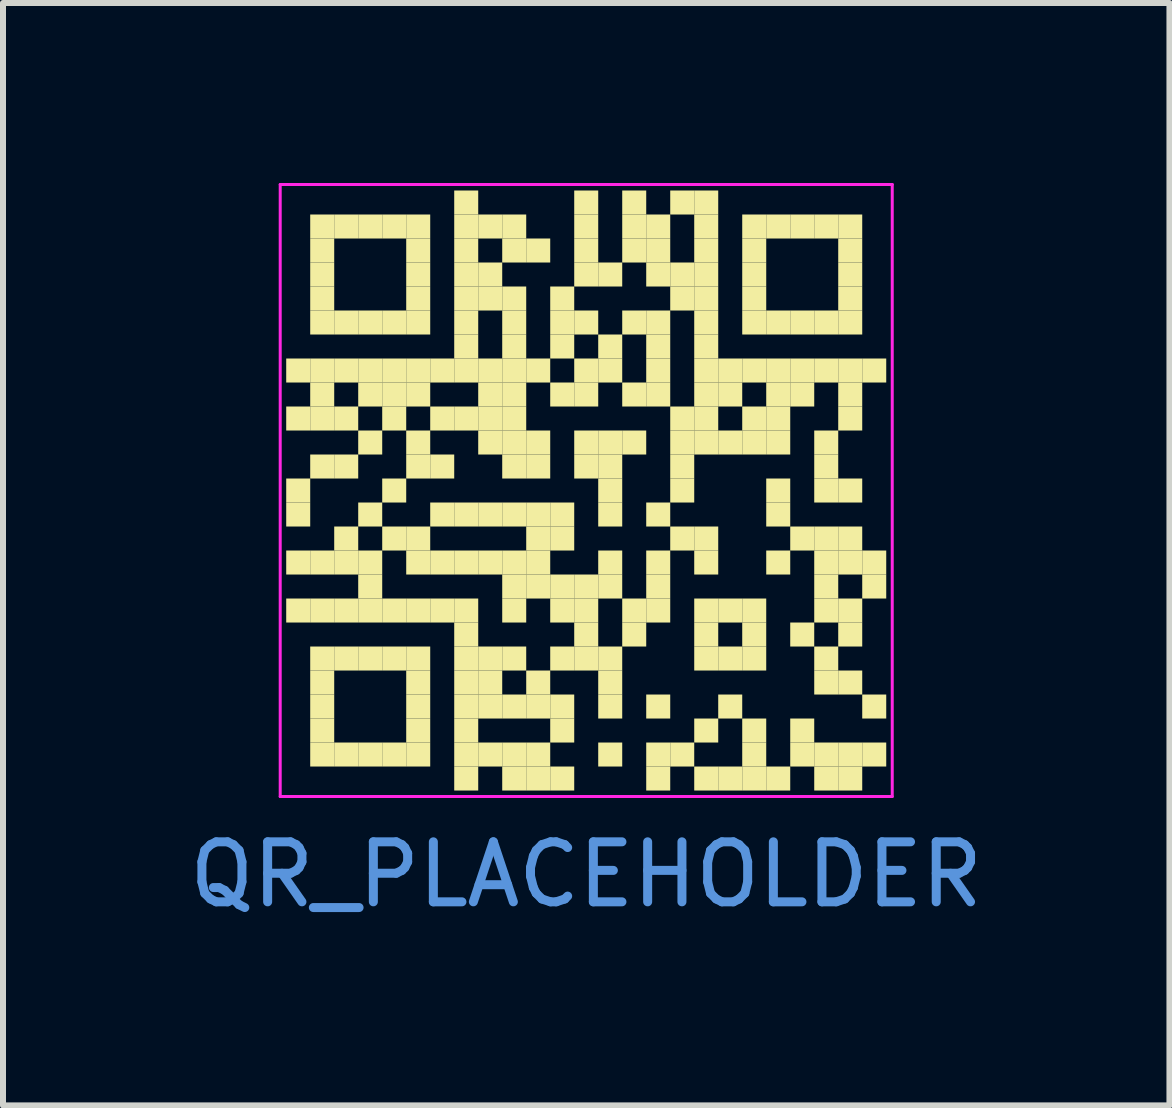
<source format=kicad_pcb>
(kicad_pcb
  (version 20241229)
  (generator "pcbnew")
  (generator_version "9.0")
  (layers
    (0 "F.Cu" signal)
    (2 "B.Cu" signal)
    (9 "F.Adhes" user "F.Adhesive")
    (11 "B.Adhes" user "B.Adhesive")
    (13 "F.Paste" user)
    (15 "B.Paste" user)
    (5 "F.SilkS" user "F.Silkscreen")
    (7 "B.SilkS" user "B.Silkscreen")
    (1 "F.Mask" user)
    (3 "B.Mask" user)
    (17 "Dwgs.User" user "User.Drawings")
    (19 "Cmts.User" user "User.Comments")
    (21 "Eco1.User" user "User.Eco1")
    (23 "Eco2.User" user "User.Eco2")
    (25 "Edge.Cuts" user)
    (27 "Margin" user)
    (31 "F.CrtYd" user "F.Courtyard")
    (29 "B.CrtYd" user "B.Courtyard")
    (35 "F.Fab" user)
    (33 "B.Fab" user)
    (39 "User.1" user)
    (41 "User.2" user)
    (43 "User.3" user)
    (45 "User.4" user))
  (footprint "QR_PLACEHOLDER"
    (layer "F.Cu")
    (at 6.72 5.125)
    (property "Reference" "QR_PLACEHOLDER" (at 0 6.4 0) (layer "Cmts.User") (effects (font (size 1 1) (thickness 0.15))))
    (fp_rect (start -5 -2.2) (end -4.6 -1.8) (stroke (width 0) (type solid)) (fill yes) (layer "F.SilkS"))
    (fp_rect (start -5 -1.4) (end -4.6 -1) (stroke (width 0) (type solid)) (fill yes) (layer "F.SilkS"))
    (fp_rect (start -5 -0.2) (end -4.6 0.2) (stroke (width 0) (type solid)) (fill yes) (layer "F.SilkS"))
    (fp_rect (start -5 0.2) (end -4.6 0.6) (stroke (width 0) (type solid)) (fill yes) (layer "F.SilkS"))
    (fp_rect (start -5 1) (end -4.6 1.4) (stroke (width 0) (type solid)) (fill yes) (layer "F.SilkS"))
    (fp_rect (start -5 1.8) (end -4.6 2.2) (stroke (width 0) (type solid)) (fill yes) (layer "F.SilkS"))
    (fp_rect (start -4.6 -4.6) (end -4.2 -4.2) (stroke (width 0) (type solid)) (fill yes) (layer "F.SilkS"))
    (fp_rect (start -4.6 -4.2) (end -4.2 -3.8) (stroke (width 0) (type solid)) (fill yes) (layer "F.SilkS"))
    (fp_rect (start -4.6 -3.8) (end -4.2 -3.4) (stroke (width 0) (type solid)) (fill yes) (layer "F.SilkS"))
    (fp_rect (start -4.6 -3.4) (end -4.2 -3) (stroke (width 0) (type solid)) (fill yes) (layer "F.SilkS"))
    (fp_rect (start -4.6 -3) (end -4.2 -2.6) (stroke (width 0) (type solid)) (fill yes) (layer "F.SilkS"))
    (fp_rect (start -4.6 -2.2) (end -4.2 -1.8) (stroke (width 0) (type solid)) (fill yes) (layer "F.SilkS"))
    (fp_rect (start -4.6 -1.8) (end -4.2 -1.4) (stroke (width 0) (type solid)) (fill yes) (layer "F.SilkS"))
    (fp_rect (start -4.6 -1.4) (end -4.2 -1) (stroke (width 0) (type solid)) (fill yes) (layer "F.SilkS"))
    (fp_rect (start -4.6 -0.6) (end -4.2 -0.2) (stroke (width 0) (type solid)) (fill yes) (layer "F.SilkS"))
    (fp_rect (start -4.6 1) (end -4.2 1.4) (stroke (width 0) (type solid)) (fill yes) (layer "F.SilkS"))
    (fp_rect (start -4.6 1.8) (end -4.2 2.2) (stroke (width 0) (type solid)) (fill yes) (layer "F.SilkS"))
    (fp_rect (start -4.6 2.6) (end -4.2 3) (stroke (width 0) (type solid)) (fill yes) (layer "F.SilkS"))
    (fp_rect (start -4.6 3) (end -4.2 3.4) (stroke (width 0) (type solid)) (fill yes) (layer "F.SilkS"))
    (fp_rect (start -4.6 3.4) (end -4.2 3.8) (stroke (width 0) (type solid)) (fill yes) (layer "F.SilkS"))
    (fp_rect (start -4.6 3.8) (end -4.2 4.2) (stroke (width 0) (type solid)) (fill yes) (layer "F.SilkS"))
    (fp_rect (start -4.6 4.2) (end -4.2 4.6) (stroke (width 0) (type solid)) (fill yes) (layer "F.SilkS"))
    (fp_rect (start -4.2 -4.6) (end -3.8 -4.2) (stroke (width 0) (type solid)) (fill yes) (layer "F.SilkS"))
    (fp_rect (start -4.2 -3) (end -3.8 -2.6) (stroke (width 0) (type solid)) (fill yes) (layer "F.SilkS"))
    (fp_rect (start -4.2 -2.2) (end -3.8 -1.8) (stroke (width 0) (type solid)) (fill yes) (layer "F.SilkS"))
    (fp_rect (start -4.2 -1.4) (end -3.8 -1) (stroke (width 0) (type solid)) (fill yes) (layer "F.SilkS"))
    (fp_rect (start -4.2 -0.6) (end -3.8 -0.2) (stroke (width 0) (type solid)) (fill yes) (layer "F.SilkS"))
    (fp_rect (start -4.2 0.6) (end -3.8 1) (stroke (width 0) (type solid)) (fill yes) (layer "F.SilkS"))
    (fp_rect (start -4.2 1) (end -3.8 1.4) (stroke (width 0) (type solid)) (fill yes) (layer "F.SilkS"))
    (fp_rect (start -4.2 1.8) (end -3.8 2.2) (stroke (width 0) (type solid)) (fill yes) (layer "F.SilkS"))
    (fp_rect (start -4.2 2.6) (end -3.8 3) (stroke (width 0) (type solid)) (fill yes) (layer "F.SilkS"))
    (fp_rect (start -4.2 4.2) (end -3.8 4.6) (stroke (width 0) (type solid)) (fill yes) (layer "F.SilkS"))
    (fp_rect (start -3.8 -4.6) (end -3.4 -4.2) (stroke (width 0) (type solid)) (fill yes) (layer "F.SilkS"))
    (fp_rect (start -3.8 -3) (end -3.4 -2.6) (stroke (width 0) (type solid)) (fill yes) (layer "F.SilkS"))
    (fp_rect (start -3.8 -2.2) (end -3.4 -1.8) (stroke (width 0) (type solid)) (fill yes) (layer "F.SilkS"))
    (fp_rect (start -3.8 -1.8) (end -3.4 -1.4) (stroke (width 0) (type solid)) (fill yes) (layer "F.SilkS"))
    (fp_rect (start -3.8 -1) (end -3.4 -0.6) (stroke (width 0) (type solid)) (fill yes) (layer "F.SilkS"))
    (fp_rect (start -3.8 0.2) (end -3.4 0.6) (stroke (width 0) (type solid)) (fill yes) (layer "F.SilkS"))
    (fp_rect (start -3.8 1) (end -3.4 1.4) (stroke (width 0) (type solid)) (fill yes) (layer "F.SilkS"))
    (fp_rect (start -3.8 1.4) (end -3.4 1.8) (stroke (width 0) (type solid)) (fill yes) (layer "F.SilkS"))
    (fp_rect (start -3.8 1.8) (end -3.4 2.2) (stroke (width 0) (type solid)) (fill yes) (layer "F.SilkS"))
    (fp_rect (start -3.8 2.6) (end -3.4 3) (stroke (width 0) (type solid)) (fill yes) (layer "F.SilkS"))
    (fp_rect (start -3.8 4.2) (end -3.4 4.6) (stroke (width 0) (type solid)) (fill yes) (layer "F.SilkS"))
    (fp_rect (start -3.4 -4.6) (end -3 -4.2) (stroke (width 0) (type solid)) (fill yes) (layer "F.SilkS"))
    (fp_rect (start -3.4 -3) (end -3 -2.6) (stroke (width 0) (type solid)) (fill yes) (layer "F.SilkS"))
    (fp_rect (start -3.4 -2.2) (end -3 -1.8) (stroke (width 0) (type solid)) (fill yes) (layer "F.SilkS"))
    (fp_rect (start -3.4 -1.8) (end -3 -1.4) (stroke (width 0) (type solid)) (fill yes) (layer "F.SilkS"))
    (fp_rect (start -3.4 -1.4) (end -3 -1) (stroke (width 0) (type solid)) (fill yes) (layer "F.SilkS"))
    (fp_rect (start -3.4 -0.2) (end -3 0.2) (stroke (width 0) (type solid)) (fill yes) (layer "F.SilkS"))
    (fp_rect (start -3.4 0.6) (end -3 1) (stroke (width 0) (type solid)) (fill yes) (layer "F.SilkS"))
    (fp_rect (start -3.4 1.8) (end -3 2.2) (stroke (width 0) (type solid)) (fill yes) (layer "F.SilkS"))
    (fp_rect (start -3.4 2.6) (end -3 3) (stroke (width 0) (type solid)) (fill yes) (layer "F.SilkS"))
    (fp_rect (start -3.4 4.2) (end -3 4.6) (stroke (width 0) (type solid)) (fill yes) (layer "F.SilkS"))
    (fp_rect (start -3 -4.6) (end -2.6 -4.2) (stroke (width 0) (type solid)) (fill yes) (layer "F.SilkS"))
    (fp_rect (start -3 -4.2) (end -2.6 -3.8) (stroke (width 0) (type solid)) (fill yes) (layer "F.SilkS"))
    (fp_rect (start -3 -3.8) (end -2.6 -3.4) (stroke (width 0) (type solid)) (fill yes) (layer "F.SilkS"))
    (fp_rect (start -3 -3.4) (end -2.6 -3) (stroke (width 0) (type solid)) (fill yes) (layer "F.SilkS"))
    (fp_rect (start -3 -3) (end -2.6 -2.6) (stroke (width 0) (type solid)) (fill yes) (layer "F.SilkS"))
    (fp_rect (start -3 -2.2) (end -2.6 -1.8) (stroke (width 0) (type solid)) (fill yes) (layer "F.SilkS"))
    (fp_rect (start -3 -1.8) (end -2.6 -1.4) (stroke (width 0) (type solid)) (fill yes) (layer "F.SilkS"))
    (fp_rect (start -3 -1) (end -2.6 -0.6) (stroke (width 0) (type solid)) (fill yes) (layer "F.SilkS"))
    (fp_rect (start -3 -0.6) (end -2.6 -0.2) (stroke (width 0) (type solid)) (fill yes) (layer "F.SilkS"))
    (fp_rect (start -3 0.6) (end -2.6 1) (stroke (width 0) (type solid)) (fill yes) (layer "F.SilkS"))
    (fp_rect (start -3 1) (end -2.6 1.4) (stroke (width 0) (type solid)) (fill yes) (layer "F.SilkS"))
    (fp_rect (start -3 1.8) (end -2.6 2.2) (stroke (width 0) (type solid)) (fill yes) (layer "F.SilkS"))
    (fp_rect (start -3 2.6) (end -2.6 3) (stroke (width 0) (type solid)) (fill yes) (layer "F.SilkS"))
    (fp_rect (start -3 3) (end -2.6 3.4) (stroke (width 0) (type solid)) (fill yes) (layer "F.SilkS"))
    (fp_rect (start -3 3.4) (end -2.6 3.8) (stroke (width 0) (type solid)) (fill yes) (layer "F.SilkS"))
    (fp_rect (start -3 3.8) (end -2.6 4.2) (stroke (width 0) (type solid)) (fill yes) (layer "F.SilkS"))
    (fp_rect (start -3 4.2) (end -2.6 4.6) (stroke (width 0) (type solid)) (fill yes) (layer "F.SilkS"))
    (fp_rect (start -2.6 -2.2) (end -2.2 -1.8) (stroke (width 0) (type solid)) (fill yes) (layer "F.SilkS"))
    (fp_rect (start -2.6 -1.4) (end -2.2 -1) (stroke (width 0) (type solid)) (fill yes) (layer "F.SilkS"))
    (fp_rect (start -2.6 -0.6) (end -2.2 -0.2) (stroke (width 0) (type solid)) (fill yes) (layer "F.SilkS"))
    (fp_rect (start -2.6 0.2) (end -2.2 0.6) (stroke (width 0) (type solid)) (fill yes) (layer "F.SilkS"))
    (fp_rect (start -2.6 1) (end -2.2 1.4) (stroke (width 0) (type solid)) (fill yes) (layer "F.SilkS"))
    (fp_rect (start -2.6 1.8) (end -2.2 2.2) (stroke (width 0) (type solid)) (fill yes) (layer "F.SilkS"))
    (fp_rect (start -2.2 -5) (end -1.8 -4.6) (stroke (width 0) (type solid)) (fill yes) (layer "F.SilkS"))
    (fp_rect (start -2.2 -4.6) (end -1.8 -4.2) (stroke (width 0) (type solid)) (fill yes) (layer "F.SilkS"))
    (fp_rect (start -2.2 -4.2) (end -1.8 -3.8) (stroke (width 0) (type solid)) (fill yes) (layer "F.SilkS"))
    (fp_rect (start -2.2 -3.8) (end -1.8 -3.4) (stroke (width 0) (type solid)) (fill yes) (layer "F.SilkS"))
    (fp_rect (start -2.2 -3.4) (end -1.8 -3) (stroke (width 0) (type solid)) (fill yes) (layer "F.SilkS"))
    (fp_rect (start -2.2 -3) (end -1.8 -2.6) (stroke (width 0) (type solid)) (fill yes) (layer "F.SilkS"))
    (fp_rect (start -2.2 -2.6) (end -1.8 -2.2) (stroke (width 0) (type solid)) (fill yes) (layer "F.SilkS"))
    (fp_rect (start -2.2 -2.2) (end -1.8 -1.8) (stroke (width 0) (type solid)) (fill yes) (layer "F.SilkS"))
    (fp_rect (start -2.2 -1.4) (end -1.8 -1) (stroke (width 0) (type solid)) (fill yes) (layer "F.SilkS"))
    (fp_rect (start -2.2 0.2) (end -1.8 0.6) (stroke (width 0) (type solid)) (fill yes) (layer "F.SilkS"))
    (fp_rect (start -2.2 1) (end -1.8 1.4) (stroke (width 0) (type solid)) (fill yes) (layer "F.SilkS"))
    (fp_rect (start -2.2 1.8) (end -1.8 2.2) (stroke (width 0) (type solid)) (fill yes) (layer "F.SilkS"))
    (fp_rect (start -2.2 2.2) (end -1.8 2.6) (stroke (width 0) (type solid)) (fill yes) (layer "F.SilkS"))
    (fp_rect (start -2.2 2.6) (end -1.8 3) (stroke (width 0) (type solid)) (fill yes) (layer "F.SilkS"))
    (fp_rect (start -2.2 3) (end -1.8 3.4) (stroke (width 0) (type solid)) (fill yes) (layer "F.SilkS"))
    (fp_rect (start -2.2 3.4) (end -1.8 3.8) (stroke (width 0) (type solid)) (fill yes) (layer "F.SilkS"))
    (fp_rect (start -2.2 3.8) (end -1.8 4.2) (stroke (width 0) (type solid)) (fill yes) (layer "F.SilkS"))
    (fp_rect (start -2.2 4.2) (end -1.8 4.6) (stroke (width 0) (type solid)) (fill yes) (layer "F.SilkS"))
    (fp_rect (start -2.2 4.6) (end -1.8 5) (stroke (width 0) (type solid)) (fill yes) (layer "F.SilkS"))
    (fp_rect (start -1.8 -4.6) (end -1.4 -4.2) (stroke (width 0) (type solid)) (fill yes) (layer "F.SilkS"))
    (fp_rect (start -1.8 -3.8) (end -1.4 -3.4) (stroke (width 0) (type solid)) (fill yes) (layer "F.SilkS"))
    (fp_rect (start -1.8 -3.4) (end -1.4 -3) (stroke (width 0) (type solid)) (fill yes) (layer "F.SilkS"))
    (fp_rect (start -1.8 -2.2) (end -1.4 -1.8) (stroke (width 0) (type solid)) (fill yes) (layer "F.SilkS"))
    (fp_rect (start -1.8 -1.8) (end -1.4 -1.4) (stroke (width 0) (type solid)) (fill yes) (layer "F.SilkS"))
    (fp_rect (start -1.8 -1.4) (end -1.4 -1) (stroke (width 0) (type solid)) (fill yes) (layer "F.SilkS"))
    (fp_rect (start -1.8 -1) (end -1.4 -0.6) (stroke (width 0) (type solid)) (fill yes) (layer "F.SilkS"))
    (fp_rect (start -1.8 0.2) (end -1.4 0.6) (stroke (width 0) (type solid)) (fill yes) (layer "F.SilkS"))
    (fp_rect (start -1.8 1) (end -1.4 1.4) (stroke (width 0) (type solid)) (fill yes) (layer "F.SilkS"))
    (fp_rect (start -1.8 2.6) (end -1.4 3) (stroke (width 0) (type solid)) (fill yes) (layer "F.SilkS"))
    (fp_rect (start -1.8 3) (end -1.4 3.4) (stroke (width 0) (type solid)) (fill yes) (layer "F.SilkS"))
    (fp_rect (start -1.8 3.4) (end -1.4 3.8) (stroke (width 0) (type solid)) (fill yes) (layer "F.SilkS"))
    (fp_rect (start -1.8 4.2) (end -1.4 4.6) (stroke (width 0) (type solid)) (fill yes) (layer "F.SilkS"))
    (fp_rect (start -1.4 -4.6) (end -1 -4.2) (stroke (width 0) (type solid)) (fill yes) (layer "F.SilkS"))
    (fp_rect (start -1.4 -4.2) (end -1 -3.8) (stroke (width 0) (type solid)) (fill yes) (layer "F.SilkS"))
    (fp_rect (start -1.4 -3.4) (end -1 -3) (stroke (width 0) (type solid)) (fill yes) (layer "F.SilkS"))
    (fp_rect (start -1.4 -3) (end -1 -2.6) (stroke (width 0) (type solid)) (fill yes) (layer "F.SilkS"))
    (fp_rect (start -1.4 -2.6) (end -1 -2.2) (stroke (width 0) (type solid)) (fill yes) (layer "F.SilkS"))
    (fp_rect (start -1.4 -2.2) (end -1 -1.8) (stroke (width 0) (type solid)) (fill yes) (layer "F.SilkS"))
    (fp_rect (start -1.4 -1.8) (end -1 -1.4) (stroke (width 0) (type solid)) (fill yes) (layer "F.SilkS"))
    (fp_rect (start -1.4 -1.4) (end -1 -1) (stroke (width 0) (type solid)) (fill yes) (layer "F.SilkS"))
    (fp_rect (start -1.4 -1) (end -1 -0.6) (stroke (width 0) (type solid)) (fill yes) (layer "F.SilkS"))
    (fp_rect (start -1.4 -0.6) (end -1 -0.2) (stroke (width 0) (type solid)) (fill yes) (layer "F.SilkS"))
    (fp_rect (start -1.4 0.2) (end -1 0.6) (stroke (width 0) (type solid)) (fill yes) (layer "F.SilkS"))
    (fp_rect (start -1.4 1) (end -1 1.4) (stroke (width 0) (type solid)) (fill yes) (layer "F.SilkS"))
    (fp_rect (start -1.4 1.4) (end -1 1.8) (stroke (width 0) (type solid)) (fill yes) (layer "F.SilkS"))
    (fp_rect (start -1.4 1.8) (end -1 2.2) (stroke (width 0) (type solid)) (fill yes) (layer "F.SilkS"))
    (fp_rect (start -1.4 2.6) (end -1 3) (stroke (width 0) (type solid)) (fill yes) (layer "F.SilkS"))
    (fp_rect (start -1.4 3.4) (end -1 3.8) (stroke (width 0) (type solid)) (fill yes) (layer "F.SilkS"))
    (fp_rect (start -1.4 4.2) (end -1 4.6) (stroke (width 0) (type solid)) (fill yes) (layer "F.SilkS"))
    (fp_rect (start -1.4 4.6) (end -1 5) (stroke (width 0) (type solid)) (fill yes) (layer "F.SilkS"))
    (fp_rect (start -1 -4.2) (end -0.6 -3.8) (stroke (width 0) (type solid)) (fill yes) (layer "F.SilkS"))
    (fp_rect (start -1 -2.2) (end -0.6 -1.8) (stroke (width 0) (type solid)) (fill yes) (layer "F.SilkS"))
    (fp_rect (start -1 -1) (end -0.6 -0.6) (stroke (width 0) (type solid)) (fill yes) (layer "F.SilkS"))
    (fp_rect (start -1 -0.6) (end -0.6 -0.2) (stroke (width 0) (type solid)) (fill yes) (layer "F.SilkS"))
    (fp_rect (start -1 0.2) (end -0.6 0.6) (stroke (width 0) (type solid)) (fill yes) (layer "F.SilkS"))
    (fp_rect (start -1 0.6) (end -0.6 1) (stroke (width 0) (type solid)) (fill yes) (layer "F.SilkS"))
    (fp_rect (start -1 1) (end -0.6 1.4) (stroke (width 0) (type solid)) (fill yes) (layer "F.SilkS"))
    (fp_rect (start -1 1.4) (end -0.6 1.8) (stroke (width 0) (type solid)) (fill yes) (layer "F.SilkS"))
    (fp_rect (start -1 3) (end -0.6 3.4) (stroke (width 0) (type solid)) (fill yes) (layer "F.SilkS"))
    (fp_rect (start -1 3.4) (end -0.6 3.8) (stroke (width 0) (type solid)) (fill yes) (layer "F.SilkS"))
    (fp_rect (start -1 4.2) (end -0.6 4.6) (stroke (width 0) (type solid)) (fill yes) (layer "F.SilkS"))
    (fp_rect (start -1 4.6) (end -0.6 5) (stroke (width 0) (type solid)) (fill yes) (layer "F.SilkS"))
    (fp_rect (start -0.6 -3.4) (end -0.2 -3) (stroke (width 0) (type solid)) (fill yes) (layer "F.SilkS"))
    (fp_rect (start -0.6 -3) (end -0.2 -2.6) (stroke (width 0) (type solid)) (fill yes) (layer "F.SilkS"))
    (fp_rect (start -0.6 -2.6) (end -0.2 -2.2) (stroke (width 0) (type solid)) (fill yes) (layer "F.SilkS"))
    (fp_rect (start -0.6 -1.8) (end -0.2 -1.4) (stroke (width 0) (type solid)) (fill yes) (layer "F.SilkS"))
    (fp_rect (start -0.6 0.2) (end -0.2 0.6) (stroke (width 0) (type solid)) (fill yes) (layer "F.SilkS"))
    (fp_rect (start -0.6 0.6) (end -0.2 1) (stroke (width 0) (type solid)) (fill yes) (layer "F.SilkS"))
    (fp_rect (start -0.6 1.4) (end -0.2 1.8) (stroke (width 0) (type solid)) (fill yes) (layer "F.SilkS"))
    (fp_rect (start -0.6 1.8) (end -0.2 2.2) (stroke (width 0) (type solid)) (fill yes) (layer "F.SilkS"))
    (fp_rect (start -0.6 2.6) (end -0.2 3) (stroke (width 0) (type solid)) (fill yes) (layer "F.SilkS"))
    (fp_rect (start -0.6 3.4) (end -0.2 3.8) (stroke (width 0) (type solid)) (fill yes) (layer "F.SilkS"))
    (fp_rect (start -0.6 3.8) (end -0.2 4.2) (stroke (width 0) (type solid)) (fill yes) (layer "F.SilkS"))
    (fp_rect (start -0.6 4.6) (end -0.2 5) (stroke (width 0) (type solid)) (fill yes) (layer "F.SilkS"))
    (fp_rect (start -0.2 -5) (end 0.2 -4.6) (stroke (width 0) (type solid)) (fill yes) (layer "F.SilkS"))
    (fp_rect (start -0.2 -4.6) (end 0.2 -4.2) (stroke (width 0) (type solid)) (fill yes) (layer "F.SilkS"))
    (fp_rect (start -0.2 -4.2) (end 0.2 -3.8) (stroke (width 0) (type solid)) (fill yes) (layer "F.SilkS"))
    (fp_rect (start -0.2 -3.8) (end 0.2 -3.4) (stroke (width 0) (type solid)) (fill yes) (layer "F.SilkS"))
    (fp_rect (start -0.2 -3) (end 0.2 -2.6) (stroke (width 0) (type solid)) (fill yes) (layer "F.SilkS"))
    (fp_rect (start -0.2 -2.2) (end 0.2 -1.8) (stroke (width 0) (type solid)) (fill yes) (layer "F.SilkS"))
    (fp_rect (start -0.2 -1.8) (end 0.2 -1.4) (stroke (width 0) (type solid)) (fill yes) (layer "F.SilkS"))
    (fp_rect (start -0.2 -1) (end 0.2 -0.6) (stroke (width 0) (type solid)) (fill yes) (layer "F.SilkS"))
    (fp_rect (start -0.2 -0.6) (end 0.2 -0.2) (stroke (width 0) (type solid)) (fill yes) (layer "F.SilkS"))
    (fp_rect (start -0.2 1.4) (end 0.2 1.8) (stroke (width 0) (type solid)) (fill yes) (layer "F.SilkS"))
    (fp_rect (start -0.2 1.8) (end 0.2 2.2) (stroke (width 0) (type solid)) (fill yes) (layer "F.SilkS"))
    (fp_rect (start -0.2 2.2) (end 0.2 2.6) (stroke (width 0) (type solid)) (fill yes) (layer "F.SilkS"))
    (fp_rect (start -0.2 2.6) (end 0.2 3) (stroke (width 0) (type solid)) (fill yes) (layer "F.SilkS"))
    (fp_rect (start 0.2 -3.8) (end 0.6 -3.4) (stroke (width 0) (type solid)) (fill yes) (layer "F.SilkS"))
    (fp_rect (start 0.2 -2.6) (end 0.6 -2.2) (stroke (width 0) (type solid)) (fill yes) (layer "F.SilkS"))
    (fp_rect (start 0.2 -2.2) (end 0.6 -1.8) (stroke (width 0) (type solid)) (fill yes) (layer "F.SilkS"))
    (fp_rect (start 0.2 -1) (end 0.6 -0.6) (stroke (width 0) (type solid)) (fill yes) (layer "F.SilkS"))
    (fp_rect (start 0.2 -0.6) (end 0.6 -0.2) (stroke (width 0) (type solid)) (fill yes) (layer "F.SilkS"))
    (fp_rect (start 0.2 -0.2) (end 0.6 0.2) (stroke (width 0) (type solid)) (fill yes) (layer "F.SilkS"))
    (fp_rect (start 0.2 0.2) (end 0.6 0.6) (stroke (width 0) (type solid)) (fill yes) (layer "F.SilkS"))
    (fp_rect (start 0.2 1) (end 0.6 1.4) (stroke (width 0) (type solid)) (fill yes) (layer "F.SilkS"))
    (fp_rect (start 0.2 1.4) (end 0.6 1.8) (stroke (width 0) (type solid)) (fill yes) (layer "F.SilkS"))
    (fp_rect (start 0.2 2.6) (end 0.6 3) (stroke (width 0) (type solid)) (fill yes) (layer "F.SilkS"))
    (fp_rect (start 0.2 3) (end 0.6 3.4) (stroke (width 0) (type solid)) (fill yes) (layer "F.SilkS"))
    (fp_rect (start 0.2 3.4) (end 0.6 3.8) (stroke (width 0) (type solid)) (fill yes) (layer "F.SilkS"))
    (fp_rect (start 0.2 4.2) (end 0.6 4.6) (stroke (width 0) (type solid)) (fill yes) (layer "F.SilkS"))
    (fp_rect (start 0.6 -5) (end 1 -4.6) (stroke (width 0) (type solid)) (fill yes) (layer "F.SilkS"))
    (fp_rect (start 0.6 -4.6) (end 1 -4.2) (stroke (width 0) (type solid)) (fill yes) (layer "F.SilkS"))
    (fp_rect (start 0.6 -4.2) (end 1 -3.8) (stroke (width 0) (type solid)) (fill yes) (layer "F.SilkS"))
    (fp_rect (start 0.6 -3) (end 1 -2.6) (stroke (width 0) (type solid)) (fill yes) (layer "F.SilkS"))
    (fp_rect (start 0.6 -1.8) (end 1 -1.4) (stroke (width 0) (type solid)) (fill yes) (layer "F.SilkS"))
    (fp_rect (start 0.6 -1) (end 1 -0.6) (stroke (width 0) (type solid)) (fill yes) (layer "F.SilkS"))
    (fp_rect (start 0.6 1.8) (end 1 2.2) (stroke (width 0) (type solid)) (fill yes) (layer "F.SilkS"))
    (fp_rect (start 0.6 2.2) (end 1 2.6) (stroke (width 0) (type solid)) (fill yes) (layer "F.SilkS"))
    (fp_rect (start 1 -4.6) (end 1.4 -4.2) (stroke (width 0) (type solid)) (fill yes) (layer "F.SilkS"))
    (fp_rect (start 1 -4.2) (end 1.4 -3.8) (stroke (width 0) (type solid)) (fill yes) (layer "F.SilkS"))
    (fp_rect (start 1 -3.8) (end 1.4 -3.4) (stroke (width 0) (type solid)) (fill yes) (layer "F.SilkS"))
    (fp_rect (start 1 -3) (end 1.4 -2.6) (stroke (width 0) (type solid)) (fill yes) (layer "F.SilkS"))
    (fp_rect (start 1 -2.6) (end 1.4 -2.2) (stroke (width 0) (type solid)) (fill yes) (layer "F.SilkS"))
    (fp_rect (start 1 -2.2) (end 1.4 -1.8) (stroke (width 0) (type solid)) (fill yes) (layer "F.SilkS"))
    (fp_rect (start 1 -1.8) (end 1.4 -1.4) (stroke (width 0) (type solid)) (fill yes) (layer "F.SilkS"))
    (fp_rect (start 1 0.2) (end 1.4 0.6) (stroke (width 0) (type solid)) (fill yes) (layer "F.SilkS"))
    (fp_rect (start 1 1) (end 1.4 1.4) (stroke (width 0) (type solid)) (fill yes) (layer "F.SilkS"))
    (fp_rect (start 1 1.4) (end 1.4 1.8) (stroke (width 0) (type solid)) (fill yes) (layer "F.SilkS"))
    (fp_rect (start 1 1.8) (end 1.4 2.2) (stroke (width 0) (type solid)) (fill yes) (layer "F.SilkS"))
    (fp_rect (start 1 3.4) (end 1.4 3.8) (stroke (width 0) (type solid)) (fill yes) (layer "F.SilkS"))
    (fp_rect (start 1 4.2) (end 1.4 4.6) (stroke (width 0) (type solid)) (fill yes) (layer "F.SilkS"))
    (fp_rect (start 1 4.6) (end 1.4 5) (stroke (width 0) (type solid)) (fill yes) (layer "F.SilkS"))
    (fp_rect (start 1.4 -5) (end 1.8 -4.6) (stroke (width 0) (type solid)) (fill yes) (layer "F.SilkS"))
    (fp_rect (start 1.4 -3.8) (end 1.8 -3.4) (stroke (width 0) (type solid)) (fill yes) (layer "F.SilkS"))
    (fp_rect (start 1.4 -3.4) (end 1.8 -3) (stroke (width 0) (type solid)) (fill yes) (layer "F.SilkS"))
    (fp_rect (start 1.4 -1.4) (end 1.8 -1) (stroke (width 0) (type solid)) (fill yes) (layer "F.SilkS"))
    (fp_rect (start 1.4 -1) (end 1.8 -0.6) (stroke (width 0) (type solid)) (fill yes) (layer "F.SilkS"))
    (fp_rect (start 1.4 -0.6) (end 1.8 -0.2) (stroke (width 0) (type solid)) (fill yes) (layer "F.SilkS"))
    (fp_rect (start 1.4 -0.2) (end 1.8 0.2) (stroke (width 0) (type solid)) (fill yes) (layer "F.SilkS"))
    (fp_rect (start 1.4 0.6) (end 1.8 1) (stroke (width 0) (type solid)) (fill yes) (layer "F.SilkS"))
    (fp_rect (start 1.4 4.2) (end 1.8 4.6) (stroke (width 0) (type solid)) (fill yes) (layer "F.SilkS"))
    (fp_rect (start 1.8 -5) (end 2.2 -4.6) (stroke (width 0) (type solid)) (fill yes) (layer "F.SilkS"))
    (fp_rect (start 1.8 -4.6) (end 2.2 -4.2) (stroke (width 0) (type solid)) (fill yes) (layer "F.SilkS"))
    (fp_rect (start 1.8 -4.2) (end 2.2 -3.8) (stroke (width 0) (type solid)) (fill yes) (layer "F.SilkS"))
    (fp_rect (start 1.8 -3.8) (end 2.2 -3.4) (stroke (width 0) (type solid)) (fill yes) (layer "F.SilkS"))
    (fp_rect (start 1.8 -3.4) (end 2.2 -3) (stroke (width 0) (type solid)) (fill yes) (layer "F.SilkS"))
    (fp_rect (start 1.8 -3) (end 2.2 -2.6) (stroke (width 0) (type solid)) (fill yes) (layer "F.SilkS"))
    (fp_rect (start 1.8 -2.6) (end 2.2 -2.2) (stroke (width 0) (type solid)) (fill yes) (layer "F.SilkS"))
    (fp_rect (start 1.8 -2.2) (end 2.2 -1.8) (stroke (width 0) (type solid)) (fill yes) (layer "F.SilkS"))
    (fp_rect (start 1.8 -1.8) (end 2.2 -1.4) (stroke (width 0) (type solid)) (fill yes) (layer "F.SilkS"))
    (fp_rect (start 1.8 -1.4) (end 2.2 -1) (stroke (width 0) (type solid)) (fill yes) (layer "F.SilkS"))
    (fp_rect (start 1.8 -1) (end 2.2 -0.6) (stroke (width 0) (type solid)) (fill yes) (layer "F.SilkS"))
    (fp_rect (start 1.8 0.6) (end 2.2 1) (stroke (width 0) (type solid)) (fill yes) (layer "F.SilkS"))
    (fp_rect (start 1.8 1) (end 2.2 1.4) (stroke (width 0) (type solid)) (fill yes) (layer "F.SilkS"))
    (fp_rect (start 1.8 1.8) (end 2.2 2.2) (stroke (width 0) (type solid)) (fill yes) (layer "F.SilkS"))
    (fp_rect (start 1.8 2.2) (end 2.2 2.6) (stroke (width 0) (type solid)) (fill yes) (layer "F.SilkS"))
    (fp_rect (start 1.8 2.6) (end 2.2 3) (stroke (width 0) (type solid)) (fill yes) (layer "F.SilkS"))
    (fp_rect (start 1.8 3.8) (end 2.2 4.2) (stroke (width 0) (type solid)) (fill yes) (layer "F.SilkS"))
    (fp_rect (start 1.8 4.6) (end 2.2 5) (stroke (width 0) (type solid)) (fill yes) (layer "F.SilkS"))
    (fp_rect (start 2.2 -2.2) (end 2.6 -1.8) (stroke (width 0) (type solid)) (fill yes) (layer "F.SilkS"))
    (fp_rect (start 2.2 -1.8) (end 2.6 -1.4) (stroke (width 0) (type solid)) (fill yes) (layer "F.SilkS"))
    (fp_rect (start 2.2 -1) (end 2.6 -0.6) (stroke (width 0) (type solid)) (fill yes) (layer "F.SilkS"))
    (fp_rect (start 2.2 1.8) (end 2.6 2.2) (stroke (width 0) (type solid)) (fill yes) (layer "F.SilkS"))
    (fp_rect (start 2.2 2.6) (end 2.6 3) (stroke (width 0) (type solid)) (fill yes) (layer "F.SilkS"))
    (fp_rect (start 2.2 3.4) (end 2.6 3.8) (stroke (width 0) (type solid)) (fill yes) (layer "F.SilkS"))
    (fp_rect (start 2.2 4.6) (end 2.6 5) (stroke (width 0) (type solid)) (fill yes) (layer "F.SilkS"))
    (fp_rect (start 2.6 -4.6) (end 3 -4.2) (stroke (width 0) (type solid)) (fill yes) (layer "F.SilkS"))
    (fp_rect (start 2.6 -4.2) (end 3 -3.8) (stroke (width 0) (type solid)) (fill yes) (layer "F.SilkS"))
    (fp_rect (start 2.6 -3.8) (end 3 -3.4) (stroke (width 0) (type solid)) (fill yes) (layer "F.SilkS"))
    (fp_rect (start 2.6 -3.4) (end 3 -3) (stroke (width 0) (type solid)) (fill yes) (layer "F.SilkS"))
    (fp_rect (start 2.6 -3) (end 3 -2.6) (stroke (width 0) (type solid)) (fill yes) (layer "F.SilkS"))
    (fp_rect (start 2.6 -2.2) (end 3 -1.8) (stroke (width 0) (type solid)) (fill yes) (layer "F.SilkS"))
    (fp_rect (start 2.6 -1.4) (end 3 -1) (stroke (width 0) (type solid)) (fill yes) (layer "F.SilkS"))
    (fp_rect (start 2.6 -1) (end 3 -0.6) (stroke (width 0) (type solid)) (fill yes) (layer "F.SilkS"))
    (fp_rect (start 2.6 1.8) (end 3 2.2) (stroke (width 0) (type solid)) (fill yes) (layer "F.SilkS"))
    (fp_rect (start 2.6 2.2) (end 3 2.6) (stroke (width 0) (type solid)) (fill yes) (layer "F.SilkS"))
    (fp_rect (start 2.6 2.6) (end 3 3) (stroke (width 0) (type solid)) (fill yes) (layer "F.SilkS"))
    (fp_rect (start 2.6 3.8) (end 3 4.2) (stroke (width 0) (type solid)) (fill yes) (layer "F.SilkS"))
    (fp_rect (start 2.6 4.2) (end 3 4.6) (stroke (width 0) (type solid)) (fill yes) (layer "F.SilkS"))
    (fp_rect (start 2.6 4.6) (end 3 5) (stroke (width 0) (type solid)) (fill yes) (layer "F.SilkS"))
    (fp_rect (start 3 -4.6) (end 3.4 -4.2) (stroke (width 0) (type solid)) (fill yes) (layer "F.SilkS"))
    (fp_rect (start 3 -3) (end 3.4 -2.6) (stroke (width 0) (type solid)) (fill yes) (layer "F.SilkS"))
    (fp_rect (start 3 -2.2) (end 3.4 -1.8) (stroke (width 0) (type solid)) (fill yes) (layer "F.SilkS"))
    (fp_rect (start 3 -1.8) (end 3.4 -1.4) (stroke (width 0) (type solid)) (fill yes) (layer "F.SilkS"))
    (fp_rect (start 3 -1.4) (end 3.4 -1) (stroke (width 0) (type solid)) (fill yes) (layer "F.SilkS"))
    (fp_rect (start 3 -1) (end 3.4 -0.6) (stroke (width 0) (type solid)) (fill yes) (layer "F.SilkS"))
    (fp_rect (start 3 -0.2) (end 3.4 0.2) (stroke (width 0) (type solid)) (fill yes) (layer "F.SilkS"))
    (fp_rect (start 3 0.2) (end 3.4 0.6) (stroke (width 0) (type solid)) (fill yes) (layer "F.SilkS"))
    (fp_rect (start 3 1) (end 3.4 1.4) (stroke (width 0) (type solid)) (fill yes) (layer "F.SilkS"))
    (fp_rect (start 3 4.6) (end 3.4 5) (stroke (width 0) (type solid)) (fill yes) (layer "F.SilkS"))
    (fp_rect (start 3.4 -4.6) (end 3.8 -4.2) (stroke (width 0) (type solid)) (fill yes) (layer "F.SilkS"))
    (fp_rect (start 3.4 -3) (end 3.8 -2.6) (stroke (width 0) (type solid)) (fill yes) (layer "F.SilkS"))
    (fp_rect (start 3.4 -2.2) (end 3.8 -1.8) (stroke (width 0) (type solid)) (fill yes) (layer "F.SilkS"))
    (fp_rect (start 3.4 -1.8) (end 3.8 -1.4) (stroke (width 0) (type solid)) (fill yes) (layer "F.SilkS"))
    (fp_rect (start 3.4 0.6) (end 3.8 1) (stroke (width 0) (type solid)) (fill yes) (layer "F.SilkS"))
    (fp_rect (start 3.4 2.2) (end 3.8 2.6) (stroke (width 0) (type solid)) (fill yes) (layer "F.SilkS"))
    (fp_rect (start 3.4 3.8) (end 3.8 4.2) (stroke (width 0) (type solid)) (fill yes) (layer "F.SilkS"))
    (fp_rect (start 3.4 4.2) (end 3.8 4.6) (stroke (width 0) (type solid)) (fill yes) (layer "F.SilkS"))
    (fp_rect (start 3.8 -4.6) (end 4.2 -4.2) (stroke (width 0) (type solid)) (fill yes) (layer "F.SilkS"))
    (fp_rect (start 3.8 -3) (end 4.2 -2.6) (stroke (width 0) (type solid)) (fill yes) (layer "F.SilkS"))
    (fp_rect (start 3.8 -2.2) (end 4.2 -1.8) (stroke (width 0) (type solid)) (fill yes) (layer "F.SilkS"))
    (fp_rect (start 3.8 -1) (end 4.2 -0.6) (stroke (width 0) (type solid)) (fill yes) (layer "F.SilkS"))
    (fp_rect (start 3.8 -0.6) (end 4.2 -0.2) (stroke (width 0) (type solid)) (fill yes) (layer "F.SilkS"))
    (fp_rect (start 3.8 -0.2) (end 4.2 0.2) (stroke (width 0) (type solid)) (fill yes) (layer "F.SilkS"))
    (fp_rect (start 3.8 0.6) (end 4.2 1) (stroke (width 0) (type solid)) (fill yes) (layer "F.SilkS"))
    (fp_rect (start 3.8 1) (end 4.2 1.4) (stroke (width 0) (type solid)) (fill yes) (layer "F.SilkS"))
    (fp_rect (start 3.8 1.4) (end 4.2 1.8) (stroke (width 0) (type solid)) (fill yes) (layer "F.SilkS"))
    (fp_rect (start 3.8 1.8) (end 4.2 2.2) (stroke (width 0) (type solid)) (fill yes) (layer "F.SilkS"))
    (fp_rect (start 3.8 2.6) (end 4.2 3) (stroke (width 0) (type solid)) (fill yes) (layer "F.SilkS"))
    (fp_rect (start 3.8 3) (end 4.2 3.4) (stroke (width 0) (type solid)) (fill yes) (layer "F.SilkS"))
    (fp_rect (start 3.8 4.2) (end 4.2 4.6) (stroke (width 0) (type solid)) (fill yes) (layer "F.SilkS"))
    (fp_rect (start 3.8 4.6) (end 4.2 5) (stroke (width 0) (type solid)) (fill yes) (layer "F.SilkS"))
    (fp_rect (start 4.2 -4.6) (end 4.6 -4.2) (stroke (width 0) (type solid)) (fill yes) (layer "F.SilkS"))
    (fp_rect (start 4.2 -4.2) (end 4.6 -3.8) (stroke (width 0) (type solid)) (fill yes) (layer "F.SilkS"))
    (fp_rect (start 4.2 -3.8) (end 4.6 -3.4) (stroke (width 0) (type solid)) (fill yes) (layer "F.SilkS"))
    (fp_rect (start 4.2 -3.4) (end 4.6 -3) (stroke (width 0) (type solid)) (fill yes) (layer "F.SilkS"))
    (fp_rect (start 4.2 -3) (end 4.6 -2.6) (stroke (width 0) (type solid)) (fill yes) (layer "F.SilkS"))
    (fp_rect (start 4.2 -2.2) (end 4.6 -1.8) (stroke (width 0) (type solid)) (fill yes) (layer "F.SilkS"))
    (fp_rect (start 4.2 -1.8) (end 4.6 -1.4) (stroke (width 0) (type solid)) (fill yes) (layer "F.SilkS"))
    (fp_rect (start 4.2 -1.4) (end 4.6 -1) (stroke (width 0) (type solid)) (fill yes) (layer "F.SilkS"))
    (fp_rect (start 4.2 -0.2) (end 4.6 0.2) (stroke (width 0) (type solid)) (fill yes) (layer "F.SilkS"))
    (fp_rect (start 4.2 0.6) (end 4.6 1) (stroke (width 0) (type solid)) (fill yes) (layer "F.SilkS"))
    (fp_rect (start 4.2 1) (end 4.6 1.4) (stroke (width 0) (type solid)) (fill yes) (layer "F.SilkS"))
    (fp_rect (start 4.2 1.8) (end 4.6 2.2) (stroke (width 0) (type solid)) (fill yes) (layer "F.SilkS"))
    (fp_rect (start 4.2 2.2) (end 4.6 2.6) (stroke (width 0) (type solid)) (fill yes) (layer "F.SilkS"))
    (fp_rect (start 4.2 3) (end 4.6 3.4) (stroke (width 0) (type solid)) (fill yes) (layer "F.SilkS"))
    (fp_rect (start 4.2 4.2) (end 4.6 4.6) (stroke (width 0) (type solid)) (fill yes) (layer "F.SilkS"))
    (fp_rect (start 4.2 4.6) (end 4.6 5) (stroke (width 0) (type solid)) (fill yes) (layer "F.SilkS"))
    (fp_rect (start 4.6 -2.2) (end 5 -1.8) (stroke (width 0) (type solid)) (fill yes) (layer "F.SilkS"))
    (fp_rect (start 4.6 1) (end 5 1.4) (stroke (width 0) (type solid)) (fill yes) (layer "F.SilkS"))
    (fp_rect (start 4.6 1.4) (end 5 1.8) (stroke (width 0) (type solid)) (fill yes) (layer "F.SilkS"))
    (fp_rect (start 4.6 3.4) (end 5 3.8) (stroke (width 0) (type solid)) (fill yes) (layer "F.SilkS"))
    (fp_rect (start 4.6 4.2) (end 5 4.6) (stroke (width 0) (type solid)) (fill yes) (layer "F.SilkS"))
    (fp_line (start -5.1 -5.1) (end 5.1 -5.1) (stroke (width 0.05) (type solid)) (layer "F.CrtYd"))
    (fp_line (start -5.1 5.1) (end -5.1 -5.1) (stroke (width 0.05) (type solid)) (layer "F.CrtYd"))
    (fp_line (start 5.1 -5.1) (end 5.1 5.1) (stroke (width 0.05) (type solid)) (layer "F.CrtYd"))
    (fp_line (start 5.1 5.1) (end -5.1 5.1) (stroke (width 0.05) (type solid)) (layer "F.CrtYd")))
  (gr_rect
    (start -3 -3)
    (end 16.44 15.373)
    (stroke (width 0.1) (type default))
    (fill no)
    (layer "Edge.Cuts")))
</source>
